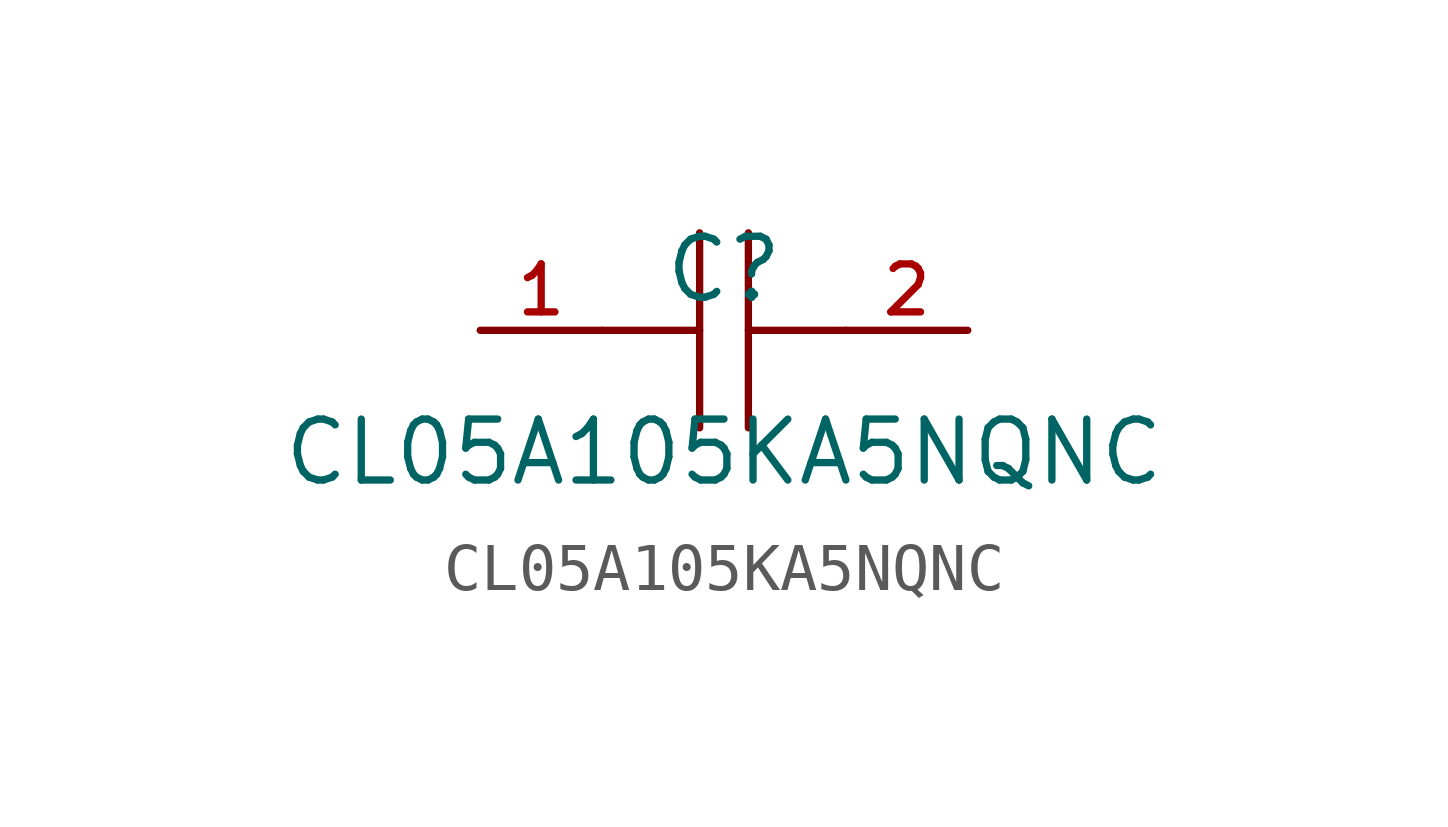
<source format=kicad_sym>
(kicad_symbol_lib
  (version 20220914)
  (generator kicad_symbol_editor)
  (symbol "CL05A105KA5NQNC"
    (pin_names hide)
    (property "Reference" "C"
      (at 0 1.27 0)
      (effects (font (size 1.27 1.27))))
    (property "Value" "CL05A105KA5NQNC"
      (at 0 -2.54 0)
      (effects (font (size 1.27 1.27))))
    (symbol "CL05A105KA5NQNC_0_1"
      (polyline (pts (xy -0.508 -2.032) (xy -0.508 2.032)) (stroke (width 0) (type default)) (fill (type none)))
      (polyline (pts (xy -0.508 0) (xy -2.54 0)) (stroke (width 0) (type default)) (fill (type none)))
      (polyline (pts (xy 0.508 2.032) (xy 0.508 -2.032)) (stroke (width 0) (type default)) (fill (type none)))
      (polyline (pts (xy 2.54 0) (xy 0.508 0)) (stroke (width 0) (type default)) (fill (type none))))
    (symbol "CL05A105KA5NQNC_1_1"
      (pin passive line (at -5.08 0 0) (length 2.54) (name "1" (effects (font (size 1 1)))) (number "1" (effects (font (size 1 1)))))
      (pin passive line (at 5.08 0 180) (length 2.54) (name "2" (effects (font (size 1 1)))) (number "2" (effects (font (size 1 1))))))))
</source>
